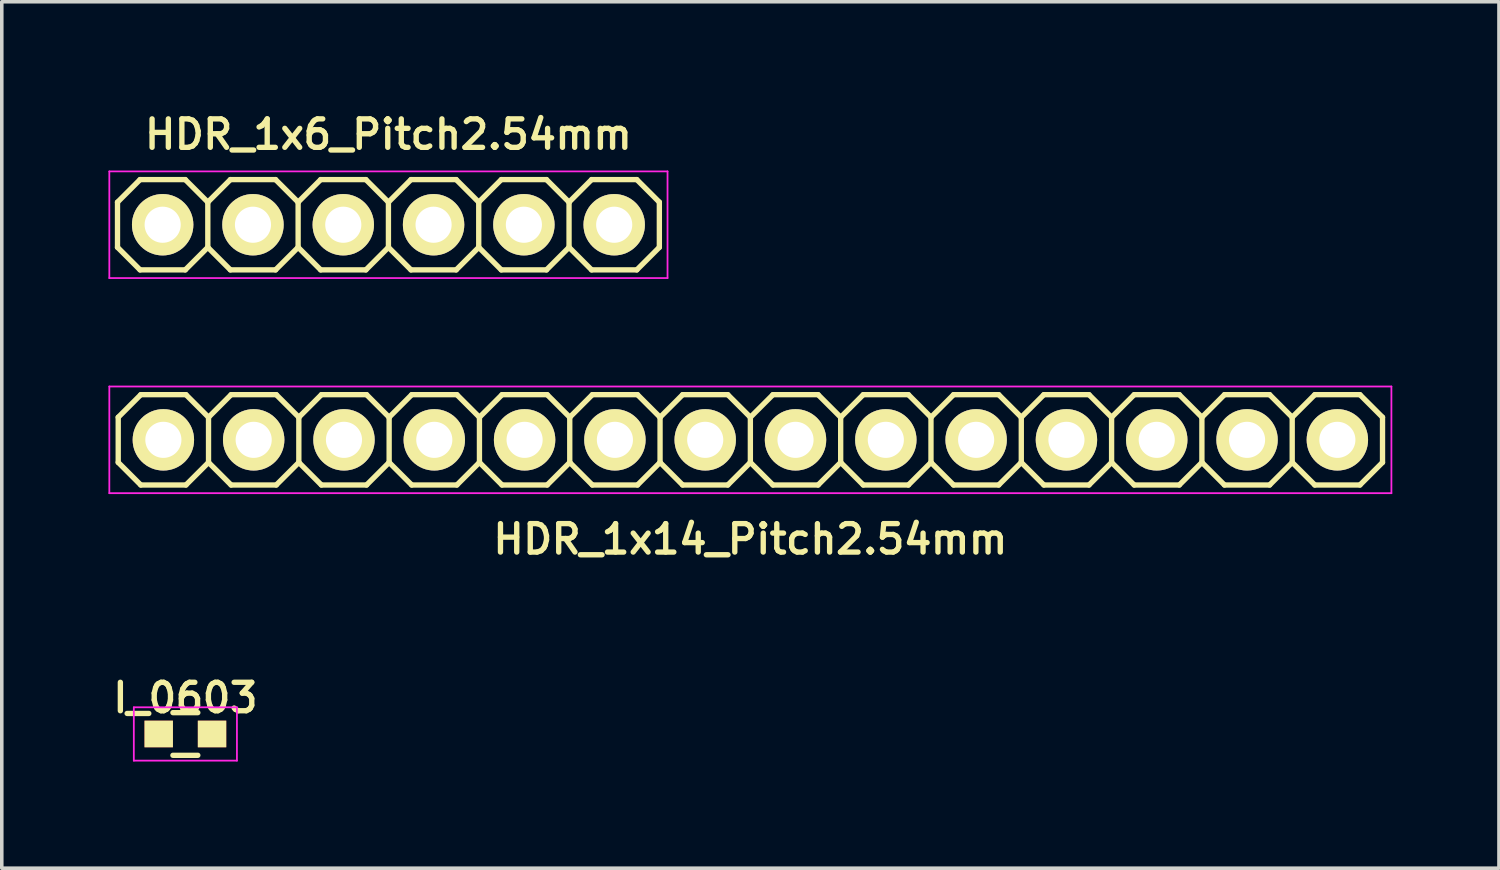
<source format=kicad_pcb>
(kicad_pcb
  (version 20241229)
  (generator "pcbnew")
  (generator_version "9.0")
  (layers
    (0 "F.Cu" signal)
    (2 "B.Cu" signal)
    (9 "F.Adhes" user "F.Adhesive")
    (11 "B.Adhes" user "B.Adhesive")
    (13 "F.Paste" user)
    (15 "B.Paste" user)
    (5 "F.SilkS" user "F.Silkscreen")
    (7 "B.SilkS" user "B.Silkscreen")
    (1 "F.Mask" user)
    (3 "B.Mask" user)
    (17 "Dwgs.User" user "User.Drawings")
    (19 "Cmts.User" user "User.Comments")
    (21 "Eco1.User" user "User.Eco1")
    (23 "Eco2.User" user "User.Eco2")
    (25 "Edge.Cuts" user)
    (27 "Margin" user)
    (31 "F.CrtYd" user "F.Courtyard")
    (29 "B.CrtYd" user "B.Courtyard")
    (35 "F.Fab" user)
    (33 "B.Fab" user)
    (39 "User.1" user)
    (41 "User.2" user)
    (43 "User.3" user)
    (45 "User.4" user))
  (footprint "HDR_1x14_Pitch2.54mm"
    (layer "F.Cu")
    (at 18.055 9.321)
    (property "Reference" "HDR_1x14_Pitch2.54mm" (at 0 2.794 0) (layer "F.SilkS") (effects (font (size 0.8 0.8) (thickness 0.15))))
    (attr through_hole)
    (fp_line (start -17.78 -0.635) (end -17.78 0.635) (stroke (width 0.15) (type solid)) (layer "F.SilkS"))
    (fp_line (start -17.78 0.635) (end -17.145 1.27) (stroke (width 0.15) (type solid)) (layer "F.SilkS"))
    (fp_line (start -17.145 -1.27) (end -17.78 -0.635) (stroke (width 0.15) (type solid)) (layer "F.SilkS"))
    (fp_line (start -17.145 1.27) (end -15.875 1.27) (stroke (width 0.15) (type solid)) (layer "F.SilkS"))
    (fp_line (start -15.875 -1.27) (end -17.145 -1.27) (stroke (width 0.15) (type solid)) (layer "F.SilkS"))
    (fp_line (start -15.875 1.27) (end -15.24 0.635) (stroke (width 0.15) (type solid)) (layer "F.SilkS"))
    (fp_line (start -15.24 -0.635) (end -15.875 -1.27) (stroke (width 0.15) (type solid)) (layer "F.SilkS"))
    (fp_line (start -15.24 -0.635) (end -15.24 0.635) (stroke (width 0.15) (type solid)) (layer "F.SilkS"))
    (fp_line (start -15.24 -0.635) (end -14.605 -1.27) (stroke (width 0.15) (type solid)) (layer "F.SilkS"))
    (fp_line (start -14.605 -1.27) (end -13.335 -1.27) (stroke (width 0.15) (type solid)) (layer "F.SilkS"))
    (fp_line (start -14.605 1.27) (end -15.24 0.635) (stroke (width 0.15) (type solid)) (layer "F.SilkS"))
    (fp_line (start -13.335 -1.27) (end -12.7 -0.635) (stroke (width 0.15) (type solid)) (layer "F.SilkS"))
    (fp_line (start -13.335 1.27) (end -14.605 1.27) (stroke (width 0.15) (type solid)) (layer "F.SilkS"))
    (fp_line (start -12.7 -0.635) (end -12.7 0.635) (stroke (width 0.15) (type solid)) (layer "F.SilkS"))
    (fp_line (start -12.7 -0.635) (end -12.065 -1.27) (stroke (width 0.15) (type solid)) (layer "F.SilkS"))
    (fp_line (start -12.7 0.635) (end -13.335 1.27) (stroke (width 0.15) (type solid)) (layer "F.SilkS"))
    (fp_line (start -12.065 -1.27) (end -10.795 -1.27) (stroke (width 0.15) (type solid)) (layer "F.SilkS"))
    (fp_line (start -12.065 1.27) (end -12.7 0.635) (stroke (width 0.15) (type solid)) (layer "F.SilkS"))
    (fp_line (start -10.795 -1.27) (end -10.16 -0.635) (stroke (width 0.15) (type solid)) (layer "F.SilkS"))
    (fp_line (start -10.795 1.27) (end -12.065 1.27) (stroke (width 0.15) (type solid)) (layer "F.SilkS"))
    (fp_line (start -10.16 -0.635) (end -10.16 0.635) (stroke (width 0.15) (type solid)) (layer "F.SilkS"))
    (fp_line (start -10.16 -0.635) (end -9.525 -1.27) (stroke (width 0.15) (type solid)) (layer "F.SilkS"))
    (fp_line (start -10.16 0.635) (end -10.795 1.27) (stroke (width 0.15) (type solid)) (layer "F.SilkS"))
    (fp_line (start -9.525 -1.27) (end -8.255 -1.27) (stroke (width 0.15) (type solid)) (layer "F.SilkS"))
    (fp_line (start -9.525 1.27) (end -10.16 0.635) (stroke (width 0.15) (type solid)) (layer "F.SilkS"))
    (fp_line (start -8.255 -1.27) (end -7.62 -0.635) (stroke (width 0.15) (type solid)) (layer "F.SilkS"))
    (fp_line (start -8.255 1.27) (end -9.525 1.27) (stroke (width 0.15) (type solid)) (layer "F.SilkS"))
    (fp_line (start -7.62 -0.635) (end -7.62 0.635) (stroke (width 0.15) (type solid)) (layer "F.SilkS"))
    (fp_line (start -7.62 -0.635) (end -6.985 -1.27) (stroke (width 0.15) (type solid)) (layer "F.SilkS"))
    (fp_line (start -7.62 0.635) (end -8.255 1.27) (stroke (width 0.15) (type solid)) (layer "F.SilkS"))
    (fp_line (start -6.985 -1.27) (end -5.715 -1.27) (stroke (width 0.15) (type solid)) (layer "F.SilkS"))
    (fp_line (start -6.985 1.27) (end -7.62 0.635) (stroke (width 0.15) (type solid)) (layer "F.SilkS"))
    (fp_line (start -5.715 -1.27) (end -5.08 -0.635) (stroke (width 0.15) (type solid)) (layer "F.SilkS"))
    (fp_line (start -5.715 1.27) (end -6.985 1.27) (stroke (width 0.15) (type solid)) (layer "F.SilkS"))
    (fp_line (start -5.08 -0.635) (end -5.08 0.635) (stroke (width 0.15) (type solid)) (layer "F.SilkS"))
    (fp_line (start -5.08 -0.635) (end -4.445 -1.27) (stroke (width 0.15) (type solid)) (layer "F.SilkS"))
    (fp_line (start -5.08 0.635) (end -5.715 1.27) (stroke (width 0.15) (type solid)) (layer "F.SilkS"))
    (fp_line (start -4.445 -1.27) (end -3.175 -1.27) (stroke (width 0.15) (type solid)) (layer "F.SilkS"))
    (fp_line (start -4.445 1.27) (end -5.08 0.635) (stroke (width 0.15) (type solid)) (layer "F.SilkS"))
    (fp_line (start -3.175 -1.27) (end -2.54 -0.635) (stroke (width 0.15) (type solid)) (layer "F.SilkS"))
    (fp_line (start -3.175 1.27) (end -4.445 1.27) (stroke (width 0.15) (type solid)) (layer "F.SilkS"))
    (fp_line (start -2.54 -0.635) (end -2.54 0.635) (stroke (width 0.15) (type solid)) (layer "F.SilkS"))
    (fp_line (start -2.54 -0.635) (end -1.905 -1.27) (stroke (width 0.15) (type solid)) (layer "F.SilkS"))
    (fp_line (start -2.54 0.635) (end -3.175 1.27) (stroke (width 0.15) (type solid)) (layer "F.SilkS"))
    (fp_line (start -1.905 -1.27) (end -0.635 -1.27) (stroke (width 0.15) (type solid)) (layer "F.SilkS"))
    (fp_line (start -1.905 1.27) (end -2.54 0.635) (stroke (width 0.15) (type solid)) (layer "F.SilkS"))
    (fp_line (start -0.635 -1.27) (end 0 -0.635) (stroke (width 0.15) (type solid)) (layer "F.SilkS"))
    (fp_line (start -0.635 1.27) (end -1.905 1.27) (stroke (width 0.15) (type solid)) (layer "F.SilkS"))
    (fp_line (start 0 -0.635) (end 0 0.635) (stroke (width 0.15) (type solid)) (layer "F.SilkS"))
    (fp_line (start 0 -0.635) (end 0.635 -1.27) (stroke (width 0.15) (type solid)) (layer "F.SilkS"))
    (fp_line (start 0 0.635) (end -0.635 1.27) (stroke (width 0.15) (type solid)) (layer "F.SilkS"))
    (fp_line (start 0.635 -1.27) (end 1.905 -1.27) (stroke (width 0.15) (type solid)) (layer "F.SilkS"))
    (fp_line (start 0.635 1.27) (end 0 0.635) (stroke (width 0.15) (type solid)) (layer "F.SilkS"))
    (fp_line (start 1.905 -1.27) (end 2.54 -0.635) (stroke (width 0.15) (type solid)) (layer "F.SilkS"))
    (fp_line (start 1.905 1.27) (end 0.635 1.27) (stroke (width 0.15) (type solid)) (layer "F.SilkS"))
    (fp_line (start 2.54 -0.635) (end 2.54 0.635) (stroke (width 0.15) (type solid)) (layer "F.SilkS"))
    (fp_line (start 2.54 -0.635) (end 3.175 -1.27) (stroke (width 0.15) (type solid)) (layer "F.SilkS"))
    (fp_line (start 2.54 0.635) (end 1.905 1.27) (stroke (width 0.15) (type solid)) (layer "F.SilkS"))
    (fp_line (start 3.175 -1.27) (end 4.445 -1.27) (stroke (width 0.15) (type solid)) (layer "F.SilkS"))
    (fp_line (start 3.175 1.27) (end 2.54 0.635) (stroke (width 0.15) (type solid)) (layer "F.SilkS"))
    (fp_line (start 4.445 -1.27) (end 5.08 -0.635) (stroke (width 0.15) (type solid)) (layer "F.SilkS"))
    (fp_line (start 4.445 1.27) (end 3.175 1.27) (stroke (width 0.15) (type solid)) (layer "F.SilkS"))
    (fp_line (start 5.08 -0.635) (end 5.08 0.635) (stroke (width 0.15) (type solid)) (layer "F.SilkS"))
    (fp_line (start 5.08 -0.635) (end 5.715 -1.27) (stroke (width 0.15) (type solid)) (layer "F.SilkS"))
    (fp_line (start 5.08 0.635) (end 4.445 1.27) (stroke (width 0.15) (type solid)) (layer "F.SilkS"))
    (fp_line (start 5.715 -1.27) (end 6.985 -1.27) (stroke (width 0.15) (type solid)) (layer "F.SilkS"))
    (fp_line (start 5.715 1.27) (end 5.08 0.635) (stroke (width 0.15) (type solid)) (layer "F.SilkS"))
    (fp_line (start 6.985 -1.27) (end 7.62 -0.635) (stroke (width 0.15) (type solid)) (layer "F.SilkS"))
    (fp_line (start 6.985 1.27) (end 5.715 1.27) (stroke (width 0.15) (type solid)) (layer "F.SilkS"))
    (fp_line (start 7.62 -0.635) (end 7.62 0.635) (stroke (width 0.15) (type solid)) (layer "F.SilkS"))
    (fp_line (start 7.62 -0.635) (end 8.255 -1.27) (stroke (width 0.15) (type solid)) (layer "F.SilkS"))
    (fp_line (start 7.62 0.635) (end 6.985 1.27) (stroke (width 0.15) (type solid)) (layer "F.SilkS"))
    (fp_line (start 7.62 0.635) (end 8.255 1.27) (stroke (width 0.15) (type solid)) (layer "F.SilkS"))
    (fp_line (start 8.255 -1.27) (end 9.525 -1.27) (stroke (width 0.15) (type solid)) (layer "F.SilkS"))
    (fp_line (start 8.255 1.27) (end 9.525 1.27) (stroke (width 0.15) (type solid)) (layer "F.SilkS"))
    (fp_line (start 9.525 -1.27) (end 10.16 -0.635) (stroke (width 0.15) (type solid)) (layer "F.SilkS"))
    (fp_line (start 9.525 1.27) (end 10.16 0.635) (stroke (width 0.15) (type solid)) (layer "F.SilkS"))
    (fp_line (start 10.16 -0.635) (end 10.16 0.635) (stroke (width 0.15) (type solid)) (layer "F.SilkS"))
    (fp_line (start 10.16 -0.635) (end 10.795 -1.27) (stroke (width 0.15) (type solid)) (layer "F.SilkS"))
    (fp_line (start 10.16 0.635) (end 10.795 1.27) (stroke (width 0.15) (type solid)) (layer "F.SilkS"))
    (fp_line (start 10.795 -1.27) (end 12.065 -1.27) (stroke (width 0.15) (type solid)) (layer "F.SilkS"))
    (fp_line (start 10.795 1.27) (end 12.065 1.27) (stroke (width 0.15) (type solid)) (layer "F.SilkS"))
    (fp_line (start 12.065 -1.27) (end 12.7 -0.635) (stroke (width 0.15) (type solid)) (layer "F.SilkS"))
    (fp_line (start 12.065 1.27) (end 12.7 0.635) (stroke (width 0.15) (type solid)) (layer "F.SilkS"))
    (fp_line (start 12.7 -0.635) (end 12.7 0.635) (stroke (width 0.15) (type solid)) (layer "F.SilkS"))
    (fp_line (start 12.7 -0.635) (end 13.335 -1.27) (stroke (width 0.15) (type solid)) (layer "F.SilkS"))
    (fp_line (start 12.7 0.635) (end 13.335 1.27) (stroke (width 0.15) (type solid)) (layer "F.SilkS"))
    (fp_line (start 13.335 -1.27) (end 14.605 -1.27) (stroke (width 0.15) (type solid)) (layer "F.SilkS"))
    (fp_line (start 13.335 1.27) (end 14.605 1.27) (stroke (width 0.15) (type solid)) (layer "F.SilkS"))
    (fp_line (start 14.605 -1.27) (end 15.24 -0.635) (stroke (width 0.15) (type solid)) (layer "F.SilkS"))
    (fp_line (start 14.605 1.27) (end 15.24 0.635) (stroke (width 0.15) (type solid)) (layer "F.SilkS"))
    (fp_line (start 15.24 -0.635) (end 15.24 0.635) (stroke (width 0.15) (type solid)) (layer "F.SilkS"))
    (fp_line (start 15.24 -0.635) (end 15.875 -1.27) (stroke (width 0.15) (type solid)) (layer "F.SilkS"))
    (fp_line (start 15.24 0.635) (end 15.875 1.27) (stroke (width 0.15) (type solid)) (layer "F.SilkS"))
    (fp_line (start 15.875 -1.27) (end 17.145 -1.27) (stroke (width 0.15) (type solid)) (layer "F.SilkS"))
    (fp_line (start 15.875 1.27) (end 17.145 1.27) (stroke (width 0.15) (type solid)) (layer "F.SilkS"))
    (fp_line (start 17.145 -1.27) (end 17.78 -0.635) (stroke (width 0.15) (type solid)) (layer "F.SilkS"))
    (fp_line (start 17.145 1.27) (end 17.78 0.635) (stroke (width 0.15) (type solid)) (layer "F.SilkS"))
    (fp_line (start 17.78 -0.635) (end 17.78 0.635) (stroke (width 0.15) (type solid)) (layer "F.SilkS"))
    (fp_line (start -18.03 -1.5) (end -18.03 1.5) (stroke (width 0.05) (type solid)) (layer "F.CrtYd"))
    (fp_line (start -18.03 1.5) (end 18.03 1.5) (stroke (width 0.05) (type solid)) (layer "F.CrtYd"))
    (fp_line (start 18.03 -1.5) (end -18.03 -1.5) (stroke (width 0.05) (type solid)) (layer "F.CrtYd"))
    (fp_line (start 18.03 1.5) (end 18.03 -1.5) (stroke (width 0.05) (type solid)) (layer "F.CrtYd"))
    (pad "1" thru_hole oval (at -16.51 0 180) (size 1.727 1.727) (drill 1.016) (layers "*.Cu" "*.Mask" "F.SilkS"))
    (pad "2" thru_hole oval (at -13.97 0 180) (size 1.727 1.727) (drill 1.016) (layers "*.Cu" "*.Mask" "F.SilkS"))
    (pad "3" thru_hole oval (at -11.43 0 180) (size 1.727 1.727) (drill 1.016) (layers "*.Cu" "*.Mask" "F.SilkS"))
    (pad "4" thru_hole oval (at -8.89 0 180) (size 1.727 1.727) (drill 1.016) (layers "*.Cu" "*.Mask" "F.SilkS"))
    (pad "5" thru_hole oval (at -6.35 0 180) (size 1.727 1.727) (drill 1.016) (layers "*.Cu" "*.Mask" "F.SilkS"))
    (pad "6" thru_hole oval (at -3.81 0 180) (size 1.727 1.727) (drill 1.016) (layers "*.Cu" "*.Mask" "F.SilkS"))
    (pad "7" thru_hole oval (at -1.27 0 180) (size 1.727 1.727) (drill 1.016) (layers "*.Cu" "*.Mask" "F.SilkS"))
    (pad "8" thru_hole oval (at 1.27 0 180) (size 1.727 1.727) (drill 1.016) (layers "*.Cu" "*.Mask" "F.SilkS"))
    (pad "9" thru_hole oval (at 3.81 0 180) (size 1.727 1.727) (drill 1.016) (layers "*.Cu" "*.Mask" "F.SilkS"))
    (pad "10" thru_hole oval (at 6.35 0 180) (size 1.727 1.727) (drill 1.016) (layers "*.Cu" "*.Mask" "F.SilkS"))
    (pad "11" thru_hole oval (at 8.89 0 180) (size 1.727 1.727) (drill 1.016) (layers "*.Cu" "*.Mask" "F.SilkS"))
    (pad "12" thru_hole oval (at 11.43 0 180) (size 1.727 1.727) (drill 1.016) (layers "*.Cu" "*.Mask" "F.SilkS"))
    (pad "13" thru_hole oval (at 13.97 0 180) (size 1.727 1.727) (drill 1.016) (layers "*.Cu" "*.Mask" "F.SilkS"))
    (pad "14" thru_hole oval (at 16.51 0 180) (size 1.727 1.727) (drill 1.016) (layers "*.Cu" "*.Mask" "F.SilkS")))
  (footprint "I_0603"
    (layer "F.Cu")
    (at 2.164 17.594)
    (property "Reference" "I_0603" (at 0 -1.016 0) (layer "F.SilkS") (effects (font (size 0.8 0.8) (thickness 0.15))))
    (attr smd)
    (fp_line (start -0.35 -0.6) (end 0.35 -0.6) (stroke (width 0.15) (type solid)) (layer "F.SilkS"))
    (fp_line (start 0.35 0.6) (end -0.35 0.6) (stroke (width 0.15) (type solid)) (layer "F.SilkS"))
    (fp_line (start -1.45 -0.75) (end -1.45 0.75) (stroke (width 0.05) (type solid)) (layer "F.CrtYd"))
    (fp_line (start -1.45 -0.75) (end 1.45 -0.75) (stroke (width 0.05) (type solid)) (layer "F.CrtYd"))
    (fp_line (start -1.45 0.75) (end 1.45 0.75) (stroke (width 0.05) (type solid)) (layer "F.CrtYd"))
    (fp_line (start 1.45 -0.75) (end 1.45 0.75) (stroke (width 0.05) (type solid)) (layer "F.CrtYd"))
    (pad "1" smd rect (at -0.75 0) (size 0.8 0.75) (layers "F.Cu" "F.Mask" "F.SilkS" "F.Paste"))
    (pad "2" smd rect (at 0.75 0) (size 0.8 0.75) (layers "F.Cu" "F.Mask" "F.SilkS" "F.Paste")))
  (footprint "HDR_1x6_Pitch2.54mm"
    (layer "F.Cu")
    (at 7.875 3.271)
    (property "Reference" "HDR_1x6_Pitch2.54mm" (at 0 -2.54 0) (layer "F.SilkS") (effects (font (size 0.8 0.8) (thickness 0.15))))
    (attr through_hole)
    (fp_line (start -7.62 -0.635) (end -7.62 0.635) (stroke (width 0.15) (type solid)) (layer "F.SilkS"))
    (fp_line (start -7.62 0.635) (end -6.985 1.27) (stroke (width 0.15) (type solid)) (layer "F.SilkS"))
    (fp_line (start -6.985 -1.27) (end -7.62 -0.635) (stroke (width 0.15) (type solid)) (layer "F.SilkS"))
    (fp_line (start -6.985 1.27) (end -5.715 1.27) (stroke (width 0.15) (type solid)) (layer "F.SilkS"))
    (fp_line (start -5.715 -1.27) (end -6.985 -1.27) (stroke (width 0.15) (type solid)) (layer "F.SilkS"))
    (fp_line (start -5.715 1.27) (end -5.08 0.635) (stroke (width 0.15) (type solid)) (layer "F.SilkS"))
    (fp_line (start -5.08 -0.635) (end -5.715 -1.27) (stroke (width 0.15) (type solid)) (layer "F.SilkS"))
    (fp_line (start -5.08 -0.635) (end -5.08 0.635) (stroke (width 0.15) (type solid)) (layer "F.SilkS"))
    (fp_line (start -5.08 0.635) (end -4.445 1.27) (stroke (width 0.15) (type solid)) (layer "F.SilkS"))
    (fp_line (start -4.445 -1.27) (end -5.08 -0.635) (stroke (width 0.15) (type solid)) (layer "F.SilkS"))
    (fp_line (start -4.445 1.27) (end -3.175 1.27) (stroke (width 0.15) (type solid)) (layer "F.SilkS"))
    (fp_line (start -3.175 -1.27) (end -4.445 -1.27) (stroke (width 0.15) (type solid)) (layer "F.SilkS"))
    (fp_line (start -3.175 1.27) (end -2.54 0.635) (stroke (width 0.15) (type solid)) (layer "F.SilkS"))
    (fp_line (start -2.54 -0.635) (end -3.175 -1.27) (stroke (width 0.15) (type solid)) (layer "F.SilkS"))
    (fp_line (start -2.54 -0.635) (end -2.54 0.635) (stroke (width 0.15) (type solid)) (layer "F.SilkS"))
    (fp_line (start -2.54 0.635) (end -1.905 1.27) (stroke (width 0.15) (type solid)) (layer "F.SilkS"))
    (fp_line (start -1.905 -1.27) (end -2.54 -0.635) (stroke (width 0.15) (type solid)) (layer "F.SilkS"))
    (fp_line (start -1.905 1.27) (end -0.635 1.27) (stroke (width 0.15) (type solid)) (layer "F.SilkS"))
    (fp_line (start -0.635 -1.27) (end -1.905 -1.27) (stroke (width 0.15) (type solid)) (layer "F.SilkS"))
    (fp_line (start -0.635 1.27) (end 0 0.635) (stroke (width 0.15) (type solid)) (layer "F.SilkS"))
    (fp_line (start 0 -0.635) (end -0.635 -1.27) (stroke (width 0.15) (type solid)) (layer "F.SilkS"))
    (fp_line (start 0 -0.635) (end 0 0.635) (stroke (width 0.15) (type solid)) (layer "F.SilkS"))
    (fp_line (start 0 0.635) (end 0.635 1.27) (stroke (width 0.15) (type solid)) (layer "F.SilkS"))
    (fp_line (start 0.635 -1.27) (end 0 -0.635) (stroke (width 0.15) (type solid)) (layer "F.SilkS"))
    (fp_line (start 0.635 1.27) (end 1.905 1.27) (stroke (width 0.15) (type solid)) (layer "F.SilkS"))
    (fp_line (start 1.905 -1.27) (end 0.635 -1.27) (stroke (width 0.15) (type solid)) (layer "F.SilkS"))
    (fp_line (start 1.905 1.27) (end 2.54 0.635) (stroke (width 0.15) (type solid)) (layer "F.SilkS"))
    (fp_line (start 2.54 -0.635) (end 1.905 -1.27) (stroke (width 0.15) (type solid)) (layer "F.SilkS"))
    (fp_line (start 2.54 -0.635) (end 2.54 0.635) (stroke (width 0.15) (type solid)) (layer "F.SilkS"))
    (fp_line (start 2.54 0.635) (end 3.175 1.27) (stroke (width 0.15) (type solid)) (layer "F.SilkS"))
    (fp_line (start 3.175 -1.27) (end 2.54 -0.635) (stroke (width 0.15) (type solid)) (layer "F.SilkS"))
    (fp_line (start 3.175 1.27) (end 4.445 1.27) (stroke (width 0.15) (type solid)) (layer "F.SilkS"))
    (fp_line (start 4.445 -1.27) (end 3.175 -1.27) (stroke (width 0.15) (type solid)) (layer "F.SilkS"))
    (fp_line (start 4.445 1.27) (end 5.08 0.635) (stroke (width 0.15) (type solid)) (layer "F.SilkS"))
    (fp_line (start 5.08 -0.635) (end 4.445 -1.27) (stroke (width 0.15) (type solid)) (layer "F.SilkS"))
    (fp_line (start 5.08 -0.635) (end 5.08 0.635) (stroke (width 0.15) (type solid)) (layer "F.SilkS"))
    (fp_line (start 5.08 0.635) (end 5.715 1.27) (stroke (width 0.15) (type solid)) (layer "F.SilkS"))
    (fp_line (start 5.715 -1.27) (end 5.08 -0.635) (stroke (width 0.15) (type solid)) (layer "F.SilkS"))
    (fp_line (start 5.715 1.27) (end 6.985 1.27) (stroke (width 0.15) (type solid)) (layer "F.SilkS"))
    (fp_line (start 6.985 -1.27) (end 5.715 -1.27) (stroke (width 0.15) (type solid)) (layer "F.SilkS"))
    (fp_line (start 6.985 1.27) (end 7.62 0.635) (stroke (width 0.15) (type solid)) (layer "F.SilkS"))
    (fp_line (start 7.62 -0.635) (end 6.985 -1.27) (stroke (width 0.15) (type solid)) (layer "F.SilkS"))
    (fp_line (start 7.62 0.635) (end 7.62 -0.635) (stroke (width 0.15) (type solid)) (layer "F.SilkS"))
    (fp_line (start -7.85 -1.5) (end -7.85 1.5) (stroke (width 0.05) (type solid)) (layer "F.CrtYd"))
    (fp_line (start -7.85 1.5) (end 7.85 1.5) (stroke (width 0.05) (type solid)) (layer "F.CrtYd"))
    (fp_line (start 7.85 -1.5) (end -7.85 -1.5) (stroke (width 0.05) (type solid)) (layer "F.CrtYd"))
    (fp_line (start 7.85 1.5) (end 7.85 -1.5) (stroke (width 0.05) (type solid)) (layer "F.CrtYd"))
    (pad "1" thru_hole oval (at -6.35 0 180) (size 1.727 1.727) (drill 1.016) (layers "*.Cu" "*.Mask" "F.SilkS"))
    (pad "2" thru_hole oval (at -3.81 0 180) (size 1.727 1.727) (drill 1.016) (layers "*.Cu" "*.Mask" "F.SilkS"))
    (pad "3" thru_hole oval (at -1.27 0 180) (size 1.727 1.727) (drill 1.016) (layers "*.Cu" "*.Mask" "F.SilkS"))
    (pad "4" thru_hole oval (at 1.27 0 180) (size 1.727 1.727) (drill 1.016) (layers "*.Cu" "*.Mask" "F.SilkS"))
    (pad "5" thru_hole oval (at 3.81 0 180) (size 1.727 1.727) (drill 1.016) (layers "*.Cu" "*.Mask" "F.SilkS"))
    (pad "6" thru_hole oval (at 6.35 0 180) (size 1.727 1.727) (drill 1.016) (layers "*.Cu" "*.Mask" "F.SilkS")))
  (gr_rect
    (start -3 -3)
    (end 39.11 21.369)
    (stroke (width 0.1) (type default))
    (fill no)
    (layer "Edge.Cuts")))
</source>
